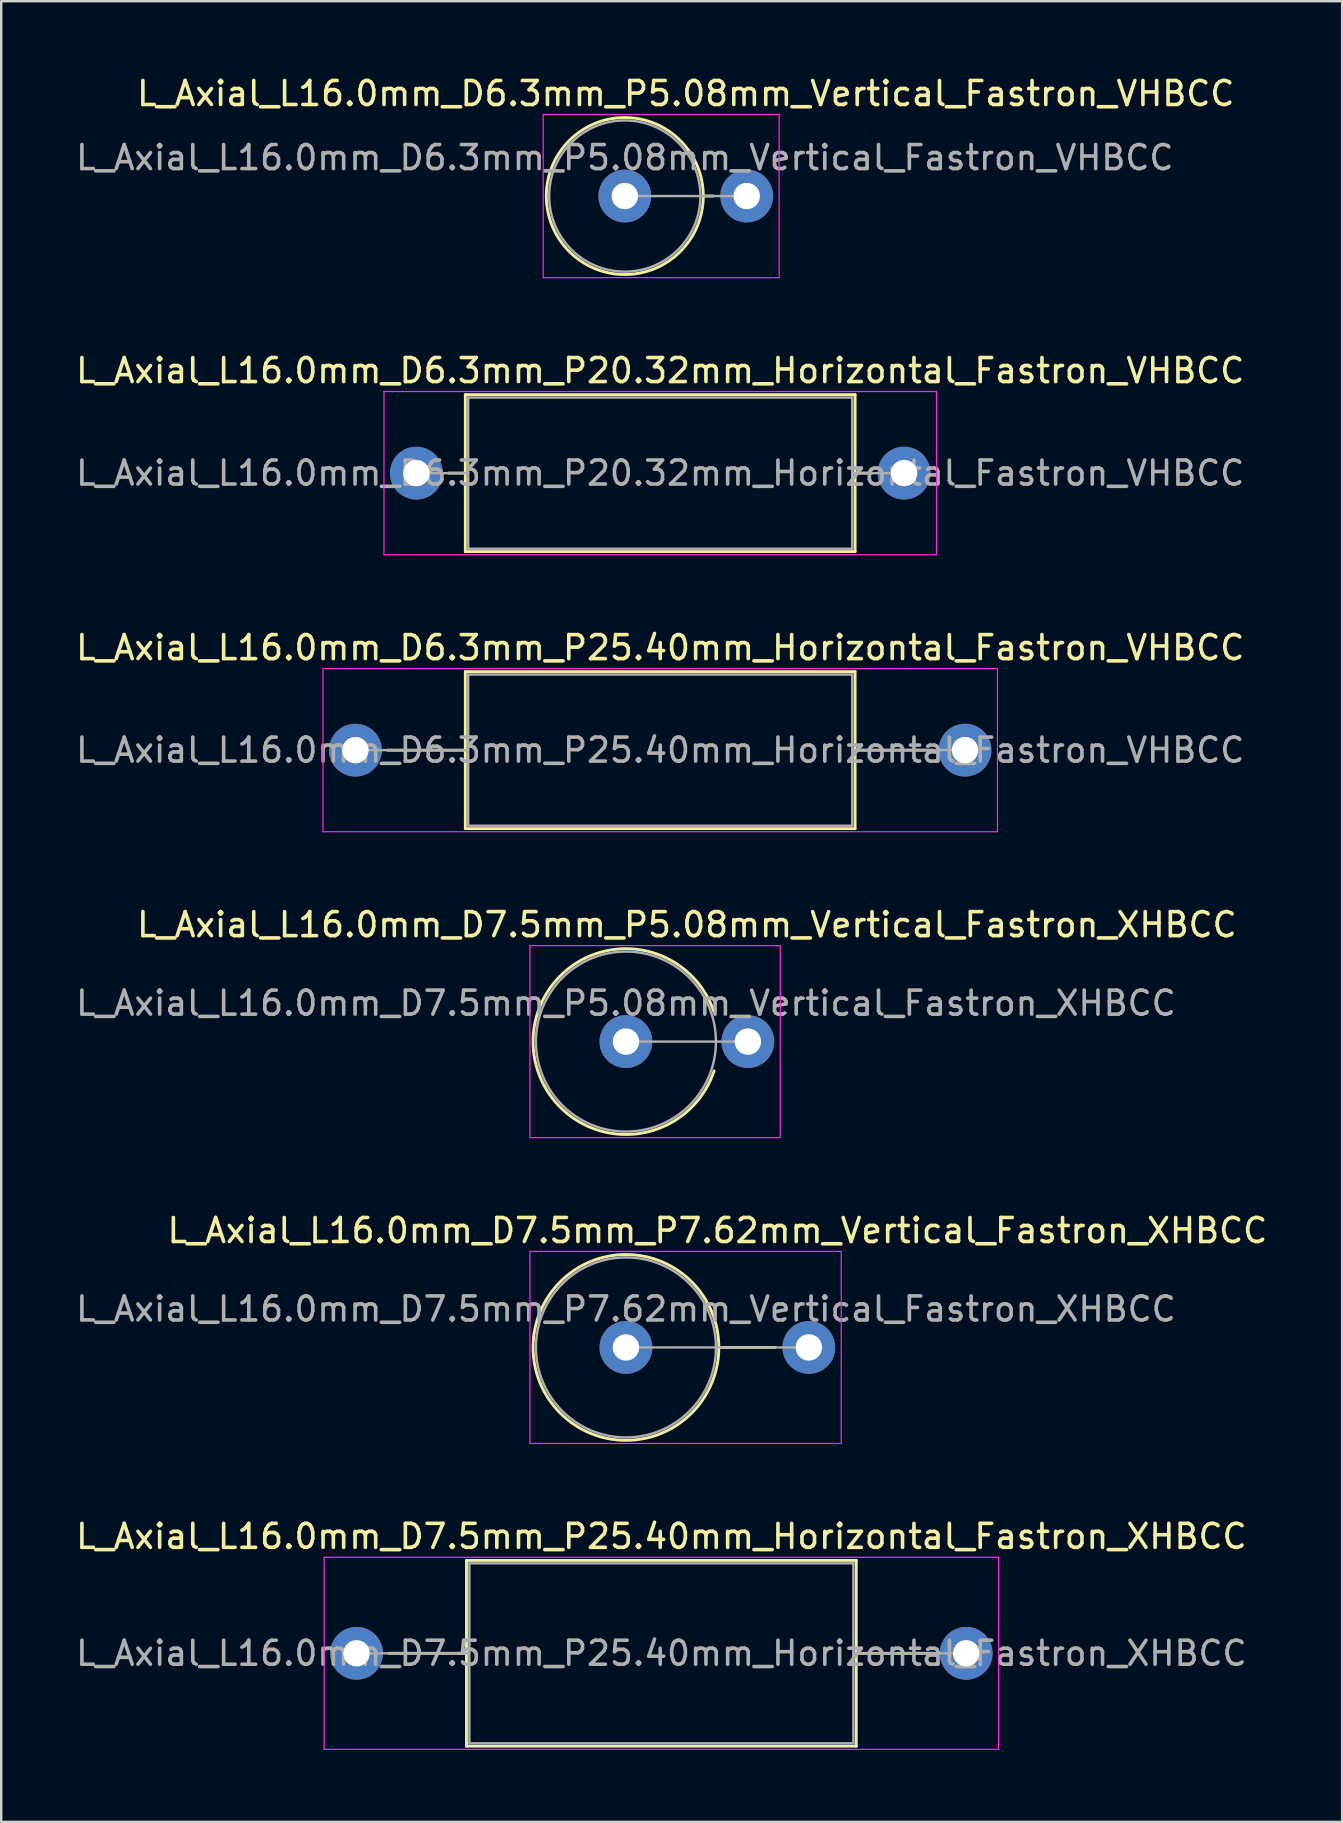
<source format=kicad_pcb>
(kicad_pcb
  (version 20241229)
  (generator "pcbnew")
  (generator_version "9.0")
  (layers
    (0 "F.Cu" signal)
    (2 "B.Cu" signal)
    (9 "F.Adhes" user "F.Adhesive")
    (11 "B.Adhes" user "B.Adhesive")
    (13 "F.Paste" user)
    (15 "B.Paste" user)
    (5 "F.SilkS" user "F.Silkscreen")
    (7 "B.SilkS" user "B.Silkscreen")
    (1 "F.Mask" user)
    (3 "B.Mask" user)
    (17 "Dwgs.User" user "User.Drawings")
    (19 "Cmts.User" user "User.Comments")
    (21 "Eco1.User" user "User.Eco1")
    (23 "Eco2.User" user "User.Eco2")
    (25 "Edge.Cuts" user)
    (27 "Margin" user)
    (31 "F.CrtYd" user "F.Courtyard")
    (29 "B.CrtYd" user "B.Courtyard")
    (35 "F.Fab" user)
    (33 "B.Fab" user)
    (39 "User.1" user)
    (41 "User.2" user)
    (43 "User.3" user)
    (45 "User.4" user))
  (footprint "L_Axial_L16.0mm_D7.5mm_P25.40mm_Horizontal_Fastron_XHBCC"
    (layer "F.Cu")
    (at 11.806 65.835)
    (property "Reference" "L_Axial_L16.0mm_D7.5mm_P25.40mm_Horizontal_Fastron_XHBCC" (at 12.7 -4.87 0) (layer "F.SilkS") (effects (font (size 1 1) (thickness 0.15))))
    (attr through_hole)
    (fp_line (start 1.34 0) (end 4.58 0) (stroke (width 0.12) (type solid)) (layer "F.SilkS"))
    (fp_line (start 4.58 -3.87) (end 4.58 3.87) (stroke (width 0.12) (type solid)) (layer "F.SilkS"))
    (fp_line (start 4.58 3.87) (end 20.82 3.87) (stroke (width 0.12) (type solid)) (layer "F.SilkS"))
    (fp_line (start 20.82 -3.87) (end 4.58 -3.87) (stroke (width 0.12) (type solid)) (layer "F.SilkS"))
    (fp_line (start 20.82 3.87) (end 20.82 -3.87) (stroke (width 0.12) (type solid)) (layer "F.SilkS"))
    (fp_line (start 24.06 0) (end 20.82 0) (stroke (width 0.12) (type solid)) (layer "F.SilkS"))
    (fp_line (start -1.35 -4) (end -1.35 4) (stroke (width 0.05) (type solid)) (layer "F.CrtYd"))
    (fp_line (start -1.35 4) (end 26.75 4) (stroke (width 0.05) (type solid)) (layer "F.CrtYd"))
    (fp_line (start 26.75 -4) (end -1.35 -4) (stroke (width 0.05) (type solid)) (layer "F.CrtYd"))
    (fp_line (start 26.75 4) (end 26.75 -4) (stroke (width 0.05) (type solid)) (layer "F.CrtYd"))
    (fp_line (start 0 0) (end 4.7 0) (stroke (width 0.1) (type solid)) (layer "F.Fab"))
    (fp_line (start 4.7 -3.75) (end 4.7 3.75) (stroke (width 0.1) (type solid)) (layer "F.Fab"))
    (fp_line (start 4.7 3.75) (end 20.7 3.75) (stroke (width 0.1) (type solid)) (layer "F.Fab"))
    (fp_line (start 20.7 -3.75) (end 4.7 -3.75) (stroke (width 0.1) (type solid)) (layer "F.Fab"))
    (fp_line (start 20.7 3.75) (end 20.7 -3.75) (stroke (width 0.1) (type solid)) (layer "F.Fab"))
    (fp_line (start 25.4 0) (end 20.7 0) (stroke (width 0.1) (type solid)) (layer "F.Fab"))
    (fp_text user "${REFERENCE}" (at 12.7 0 0) (layer "F.Fab") (effects (font (size 1 1) (thickness 0.15))))
    (pad "1" thru_hole circle (at 0 0) (size 2.2 2.2) (drill 1.1) (layers "*.Cu" "*.Mask"))
    (pad "2" thru_hole oval (at 25.4 0) (size 2.2 2.2) (drill 1.1) (layers "*.Cu" "*.Mask")))
  (footprint "L_Axial_L16.0mm_D7.5mm_P5.08mm_Vertical_Fastron_XHBCC"
    (layer "F.Cu")
    (at 23.03 40.348)
    (property "Reference" "L_Axial_L16.0mm_D7.5mm_P5.08mm_Vertical_Fastron_XHBCC" (at 2.54 -4.87 0) (layer "F.SilkS") (effects (font (size 1 1) (thickness 0.15))))
    (attr through_hole)
    (fp_arc (start 3.672669 1.22) (mid -3.87 0) (end 3.672669 -1.22) (stroke (width 0.12) (type solid)) (layer "F.SilkS"))
    (fp_line (start -4 -4) (end -4 4) (stroke (width 0.05) (type solid)) (layer "F.CrtYd"))
    (fp_line (start -4 4) (end 6.43 4) (stroke (width 0.05) (type solid)) (layer "F.CrtYd"))
    (fp_line (start 6.43 -4) (end -4 -4) (stroke (width 0.05) (type solid)) (layer "F.CrtYd"))
    (fp_line (start 6.43 4) (end 6.43 -4) (stroke (width 0.05) (type solid)) (layer "F.CrtYd"))
    (fp_line (start 0 0) (end 5.08 0) (stroke (width 0.1) (type solid)) (layer "F.Fab"))
    (fp_circle (center 0 0) (end 3.75 0) (stroke (width 0.1) (type solid)) (fill no) (layer "F.Fab"))
    (fp_text user "${REFERENCE}" (at 0 -1.6 0) (layer "F.Fab") (effects (font (size 1 1) (thickness 0.15))))
    (pad "1" thru_hole circle (at 0 0) (size 2.2 2.2) (drill 1.1) (layers "*.Cu" "*.Mask"))
    (pad "2" thru_hole oval (at 5.08 0) (size 2.2 2.2) (drill 1.1) (layers "*.Cu" "*.Mask")))
  (footprint "L_Axial_L16.0mm_D7.5mm_P7.62mm_Vertical_Fastron_XHBCC"
    (layer "F.Cu")
    (at 23.03 53.091)
    (property "Reference" "L_Axial_L16.0mm_D7.5mm_P7.62mm_Vertical_Fastron_XHBCC" (at 3.81 -4.87 0) (layer "F.SilkS") (effects (font (size 1 1) (thickness 0.15))))
    (attr through_hole)
    (fp_line (start 3.87 0) (end 6.22 0) (stroke (width 0.12) (type solid)) (layer "F.SilkS"))
    (fp_circle (center 0 0) (end 3.87 0) (stroke (width 0.12) (type solid)) (fill no) (layer "F.SilkS"))
    (fp_line (start -4 -4) (end -4 4) (stroke (width 0.05) (type solid)) (layer "F.CrtYd"))
    (fp_line (start -4 4) (end 8.97 4) (stroke (width 0.05) (type solid)) (layer "F.CrtYd"))
    (fp_line (start 8.97 -4) (end -4 -4) (stroke (width 0.05) (type solid)) (layer "F.CrtYd"))
    (fp_line (start 8.97 4) (end 8.97 -4) (stroke (width 0.05) (type solid)) (layer "F.CrtYd"))
    (fp_line (start 0 0) (end 7.62 0) (stroke (width 0.1) (type solid)) (layer "F.Fab"))
    (fp_circle (center 0 0) (end 3.75 0) (stroke (width 0.1) (type solid)) (fill no) (layer "F.Fab"))
    (fp_text user "${REFERENCE}" (at 0 -1.6 0) (layer "F.Fab") (effects (font (size 1 1) (thickness 0.15))))
    (pad "1" thru_hole circle (at 0 0) (size 2.2 2.2) (drill 1.1) (layers "*.Cu" "*.Mask"))
    (pad "2" thru_hole oval (at 7.62 0) (size 2.2 2.2) (drill 1.1) (layers "*.Cu" "*.Mask")))
  (footprint "L_Axial_L16.0mm_D6.3mm_P25.40mm_Horizontal_Fastron_VHBCC"
    (layer "F.Cu")
    (at 11.758 28.205)
    (property "Reference" "L_Axial_L16.0mm_D6.3mm_P25.40mm_Horizontal_Fastron_VHBCC" (at 12.7 -4.27 0) (layer "F.SilkS") (effects (font (size 1 1) (thickness 0.15))))
    (attr through_hole)
    (fp_line (start 1.34 0) (end 4.58 0) (stroke (width 0.12) (type solid)) (layer "F.SilkS"))
    (fp_line (start 4.58 -3.27) (end 4.58 3.27) (stroke (width 0.12) (type solid)) (layer "F.SilkS"))
    (fp_line (start 4.58 3.27) (end 20.82 3.27) (stroke (width 0.12) (type solid)) (layer "F.SilkS"))
    (fp_line (start 20.82 -3.27) (end 4.58 -3.27) (stroke (width 0.12) (type solid)) (layer "F.SilkS"))
    (fp_line (start 20.82 3.27) (end 20.82 -3.27) (stroke (width 0.12) (type solid)) (layer "F.SilkS"))
    (fp_line (start 24.06 0) (end 20.82 0) (stroke (width 0.12) (type solid)) (layer "F.SilkS"))
    (fp_line (start -1.35 -3.4) (end -1.35 3.4) (stroke (width 0.05) (type solid)) (layer "F.CrtYd"))
    (fp_line (start -1.35 3.4) (end 26.75 3.4) (stroke (width 0.05) (type solid)) (layer "F.CrtYd"))
    (fp_line (start 26.75 -3.4) (end -1.35 -3.4) (stroke (width 0.05) (type solid)) (layer "F.CrtYd"))
    (fp_line (start 26.75 3.4) (end 26.75 -3.4) (stroke (width 0.05) (type solid)) (layer "F.CrtYd"))
    (fp_line (start 0 0) (end 4.7 0) (stroke (width 0.1) (type solid)) (layer "F.Fab"))
    (fp_line (start 4.7 -3.15) (end 4.7 3.15) (stroke (width 0.1) (type solid)) (layer "F.Fab"))
    (fp_line (start 4.7 3.15) (end 20.7 3.15) (stroke (width 0.1) (type solid)) (layer "F.Fab"))
    (fp_line (start 20.7 -3.15) (end 4.7 -3.15) (stroke (width 0.1) (type solid)) (layer "F.Fab"))
    (fp_line (start 20.7 3.15) (end 20.7 -3.15) (stroke (width 0.1) (type solid)) (layer "F.Fab"))
    (fp_line (start 25.4 0) (end 20.7 0) (stroke (width 0.1) (type solid)) (layer "F.Fab"))
    (fp_text user "${REFERENCE}" (at 12.7 0 0) (layer "F.Fab") (effects (font (size 1 1) (thickness 0.15))))
    (pad "1" thru_hole circle (at 0 0) (size 2.2 2.2) (drill 1.1) (layers "*.Cu" "*.Mask"))
    (pad "2" thru_hole oval (at 25.4 0) (size 2.2 2.2) (drill 1.1) (layers "*.Cu" "*.Mask")))
  (footprint "L_Axial_L16.0mm_D6.3mm_P20.32mm_Horizontal_Fastron_VHBCC"
    (layer "F.Cu")
    (at 14.298 16.662)
    (property "Reference" "L_Axial_L16.0mm_D6.3mm_P20.32mm_Horizontal_Fastron_VHBCC" (at 10.16 -4.27 0) (layer "F.SilkS") (effects (font (size 1 1) (thickness 0.15))))
    (attr through_hole)
    (fp_line (start 1.34 0) (end 2.04 0) (stroke (width 0.12) (type solid)) (layer "F.SilkS"))
    (fp_line (start 2.04 -3.27) (end 2.04 3.27) (stroke (width 0.12) (type solid)) (layer "F.SilkS"))
    (fp_line (start 2.04 3.27) (end 18.28 3.27) (stroke (width 0.12) (type solid)) (layer "F.SilkS"))
    (fp_line (start 18.28 -3.27) (end 2.04 -3.27) (stroke (width 0.12) (type solid)) (layer "F.SilkS"))
    (fp_line (start 18.28 3.27) (end 18.28 -3.27) (stroke (width 0.12) (type solid)) (layer "F.SilkS"))
    (fp_line (start 18.98 0) (end 18.28 0) (stroke (width 0.12) (type solid)) (layer "F.SilkS"))
    (fp_line (start -1.35 -3.4) (end -1.35 3.4) (stroke (width 0.05) (type solid)) (layer "F.CrtYd"))
    (fp_line (start -1.35 3.4) (end 21.67 3.4) (stroke (width 0.05) (type solid)) (layer "F.CrtYd"))
    (fp_line (start 21.67 -3.4) (end -1.35 -3.4) (stroke (width 0.05) (type solid)) (layer "F.CrtYd"))
    (fp_line (start 21.67 3.4) (end 21.67 -3.4) (stroke (width 0.05) (type solid)) (layer "F.CrtYd"))
    (fp_line (start 0 0) (end 2.16 0) (stroke (width 0.1) (type solid)) (layer "F.Fab"))
    (fp_line (start 2.16 -3.15) (end 2.16 3.15) (stroke (width 0.1) (type solid)) (layer "F.Fab"))
    (fp_line (start 2.16 3.15) (end 18.16 3.15) (stroke (width 0.1) (type solid)) (layer "F.Fab"))
    (fp_line (start 18.16 -3.15) (end 2.16 -3.15) (stroke (width 0.1) (type solid)) (layer "F.Fab"))
    (fp_line (start 18.16 3.15) (end 18.16 -3.15) (stroke (width 0.1) (type solid)) (layer "F.Fab"))
    (fp_line (start 20.32 0) (end 18.16 0) (stroke (width 0.1) (type solid)) (layer "F.Fab"))
    (fp_text user "${REFERENCE}" (at 10.16 0 0) (layer "F.Fab") (effects (font (size 1 1) (thickness 0.15))))
    (pad "1" thru_hole circle (at 0 0) (size 2.2 2.2) (drill 1.1) (layers "*.Cu" "*.Mask"))
    (pad "2" thru_hole oval (at 20.32 0) (size 2.2 2.2) (drill 1.1) (layers "*.Cu" "*.Mask")))
  (footprint "L_Axial_L16.0mm_D6.3mm_P5.08mm_Vertical_Fastron_VHBCC"
    (layer "F.Cu")
    (at 22.982 5.118)
    (property "Reference" "L_Axial_L16.0mm_D6.3mm_P5.08mm_Vertical_Fastron_VHBCC" (at 2.54 -4.27 0) (layer "F.SilkS") (effects (font (size 1 1) (thickness 0.15))))
    (attr through_hole)
    (fp_line (start 3.27 0) (end 3.68 0) (stroke (width 0.12) (type solid)) (layer "F.SilkS"))
    (fp_circle (center 0 0) (end 3.27 0) (stroke (width 0.12) (type solid)) (fill no) (layer "F.SilkS"))
    (fp_line (start -3.4 -3.4) (end -3.4 3.4) (stroke (width 0.05) (type solid)) (layer "F.CrtYd"))
    (fp_line (start -3.4 3.4) (end 6.43 3.4) (stroke (width 0.05) (type solid)) (layer "F.CrtYd"))
    (fp_line (start 6.43 -3.4) (end -3.4 -3.4) (stroke (width 0.05) (type solid)) (layer "F.CrtYd"))
    (fp_line (start 6.43 3.4) (end 6.43 -3.4) (stroke (width 0.05) (type solid)) (layer "F.CrtYd"))
    (fp_line (start 0 0) (end 5.08 0) (stroke (width 0.1) (type solid)) (layer "F.Fab"))
    (fp_circle (center 0 0) (end 3.15 0) (stroke (width 0.1) (type solid)) (fill no) (layer "F.Fab"))
    (fp_text user "${REFERENCE}" (at 0 -1.6 0) (layer "F.Fab") (effects (font (size 1 1) (thickness 0.15))))
    (pad "1" thru_hole circle (at 0 0) (size 2.2 2.2) (drill 1.1) (layers "*.Cu" "*.Mask"))
    (pad "2" thru_hole oval (at 5.08 0) (size 2.2 2.2) (drill 1.1) (layers "*.Cu" "*.Mask")))
  (gr_rect
    (start -3 -3)
    (end 52.87 72.859)
    (stroke (width 0.1) (type default))
    (fill no)
    (layer "Edge.Cuts")))
</source>
